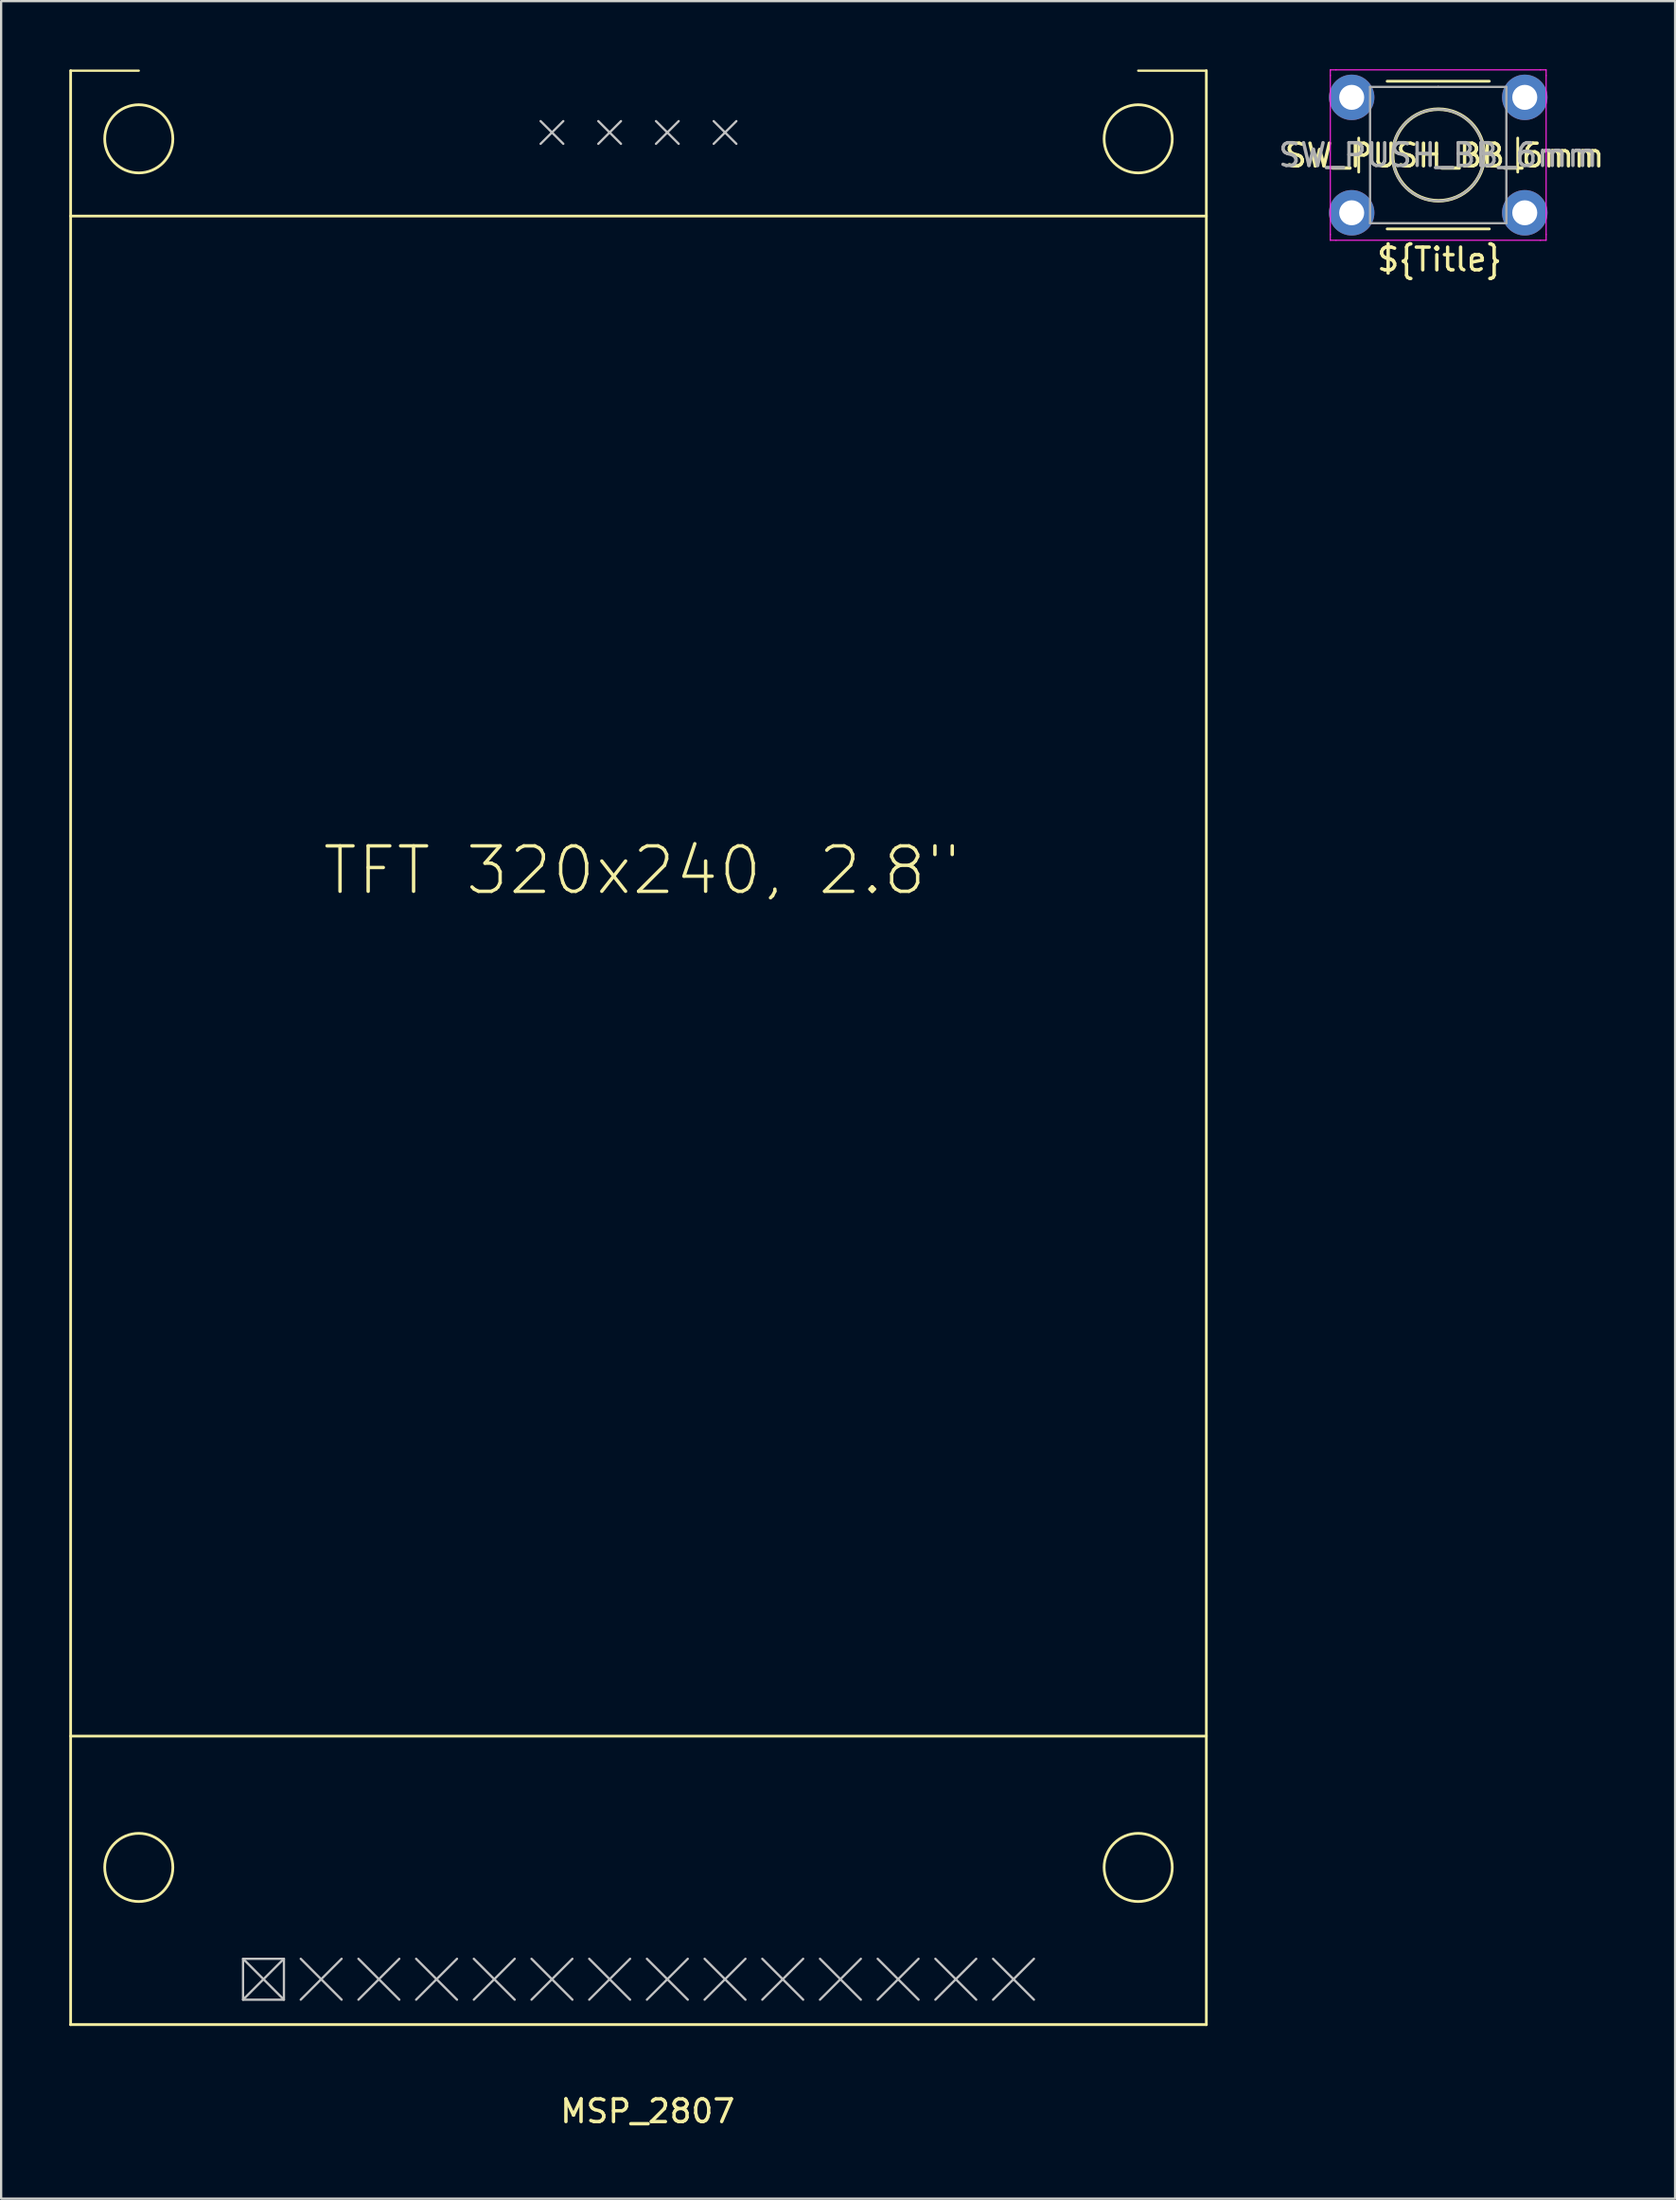
<source format=kicad_pcb>
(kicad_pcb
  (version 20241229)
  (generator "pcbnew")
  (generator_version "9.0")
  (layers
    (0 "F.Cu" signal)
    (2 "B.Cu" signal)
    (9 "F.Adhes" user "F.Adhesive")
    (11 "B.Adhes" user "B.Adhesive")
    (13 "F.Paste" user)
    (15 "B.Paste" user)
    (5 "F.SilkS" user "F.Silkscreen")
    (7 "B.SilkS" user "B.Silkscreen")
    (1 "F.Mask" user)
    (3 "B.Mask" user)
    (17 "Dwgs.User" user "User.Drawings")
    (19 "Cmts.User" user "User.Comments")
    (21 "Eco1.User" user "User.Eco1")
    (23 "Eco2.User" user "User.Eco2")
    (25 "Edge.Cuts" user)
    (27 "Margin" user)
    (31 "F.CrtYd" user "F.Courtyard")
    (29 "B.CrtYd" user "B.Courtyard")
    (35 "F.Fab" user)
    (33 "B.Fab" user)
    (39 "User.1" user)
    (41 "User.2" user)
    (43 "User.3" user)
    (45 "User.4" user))
  (footprint "SW_PUSH_BB_6mm"
    (layer "F.Cu")
    (at 64.079 6.025)
    (property "Reference" "SW_PUSH_BB_6mm" (at -3.53 -2.23 0) (layer "F.SilkS") (effects (font (size 1 1) (thickness 0.15))))
    (attr through_hole)
    (fp_line (start -7.31 -3) (end -7.31 -1.5) (stroke (width 0.12) (type solid)) (layer "F.SilkS"))
    (fp_line (start -6.06 1) (end -1.56 1) (stroke (width 0.12) (type solid)) (layer "F.SilkS"))
    (fp_line (start -1.56 -5.5) (end -6.06 -5.5) (stroke (width 0.12) (type solid)) (layer "F.SilkS"))
    (fp_line (start -0.31 -1.5) (end -0.31 -3) (stroke (width 0.12) (type solid)) (layer "F.SilkS"))
    (fp_circle (center -3.8 -2.254) (end -5.8 -2.004) (stroke (width 0.15) (type solid)) (fill no) (layer "F.SilkS"))
    (fp_line (start -8.56 -6) (end -8.31 -6) (stroke (width 0.05) (type solid)) (layer "F.CrtYd"))
    (fp_line (start -8.56 -5.75) (end -8.56 -6) (stroke (width 0.05) (type solid)) (layer "F.CrtYd"))
    (fp_line (start -8.56 1.25) (end -8.56 -5.75) (stroke (width 0.05) (type solid)) (layer "F.CrtYd"))
    (fp_line (start -8.56 1.25) (end -8.56 1.5) (stroke (width 0.05) (type solid)) (layer "F.CrtYd"))
    (fp_line (start -8.56 1.5) (end -8.31 1.5) (stroke (width 0.05) (type solid)) (layer "F.CrtYd"))
    (fp_line (start -8.31 -6) (end 0.69 -6) (stroke (width 0.05) (type solid)) (layer "F.CrtYd"))
    (fp_line (start 0.69 -6) (end 0.94 -6) (stroke (width 0.05) (type solid)) (layer "F.CrtYd"))
    (fp_line (start 0.69 1.5) (end -8.31 1.5) (stroke (width 0.05) (type solid)) (layer "F.CrtYd"))
    (fp_line (start 0.69 1.5) (end 0.94 1.5) (stroke (width 0.05) (type solid)) (layer "F.CrtYd"))
    (fp_line (start 0.94 -6) (end 0.94 -5.75) (stroke (width 0.05) (type solid)) (layer "F.CrtYd"))
    (fp_line (start 0.94 -5.75) (end 0.94 1.25) (stroke (width 0.05) (type solid)) (layer "F.CrtYd"))
    (fp_line (start 0.94 1.5) (end 0.94 1.25) (stroke (width 0.05) (type solid)) (layer "F.CrtYd"))
    (fp_line (start -6.81 -5.25) (end -3.81 -5.25) (stroke (width 0.1) (type solid)) (layer "F.Fab"))
    (fp_line (start -6.81 0.75) (end -6.81 -5.25) (stroke (width 0.1) (type solid)) (layer "F.Fab"))
    (fp_line (start -3.81 -5.25) (end -0.81 -5.25) (stroke (width 0.1) (type solid)) (layer "F.Fab"))
    (fp_line (start -0.81 -5.25) (end -0.81 0.75) (stroke (width 0.1) (type solid)) (layer "F.Fab"))
    (fp_line (start -0.81 0.75) (end -6.81 0.75) (stroke (width 0.1) (type solid)) (layer "F.Fab"))
    (fp_circle (center -3.81 -2.25) (end -5.81 -2) (stroke (width 0.1) (type solid)) (fill no) (layer "F.Fab"))
    (fp_text user "${Title}" (at -6.59 2.93 0) (unlocked yes) (layer "F.SilkS") (effects (font (size 1 1) (thickness 0.15) (bold yes)) (justify left bottom)))
    (fp_text user "${REFERENCE}" (at -3.81 -2.25 0) (layer "F.Fab") (effects (font (size 1 1) (thickness 0.15))))
    (pad "" thru_hole circle (at -7.62 -4.79 90) (size 2 2) (drill 1.1) (layers "*.Cu" "*.Mask"))
    (pad "" thru_hole circle (at 0 0.29 90) (size 2 2) (drill 1.1) (layers "*.Cu" "*.Mask"))
    (pad "1" thru_hole circle (at 0 -4.79 90) (size 2 2) (drill 1.1) (layers "*.Cu" "*.Mask"))
    (pad "2" thru_hole circle (at -7.62 0.29 90) (size 2 2) (drill 1.1) (layers "*.Cu" "*.Mask")))
  (footprint "MSP_2807"
    (layer "F.Cu")
    (at 25.138 43.06)
    (property "Reference" "MSP_2807" (at 0.322 46.81 0) (layer "F.SilkS") (effects (font (size 1 1) (thickness 0.15))))
    (attr through_hole)
    (fp_line (start -25.078 -43) (end -25.078 43) (stroke (width 0.12) (type solid)) (layer "F.SilkS"))
    (fp_line (start -25.078 -43) (end -22.078 -43) (stroke (width 0.1) (type default)) (layer "F.SilkS"))
    (fp_line (start -25.078 -36.6) (end 24.922 -36.6) (stroke (width 0.12) (type solid)) (layer "F.SilkS"))
    (fp_line (start -25.078 30.3) (end 24.922 30.3) (stroke (width 0.12) (type solid)) (layer "F.SilkS"))
    (fp_line (start -25.078 43) (end 24.922 43) (stroke (width 0.1) (type default)) (layer "F.SilkS"))
    (fp_line (start -25.078 43) (end 24.922 43) (stroke (width 0.12) (type solid)) (layer "F.SilkS"))
    (fp_line (start 24.922 -43) (end 21.922 -43) (stroke (width 0.1) (type default)) (layer "F.SilkS"))
    (fp_line (start 24.922 43) (end 24.922 -43) (stroke (width 0.12) (type solid)) (layer "F.SilkS"))
    (fp_circle (center -22.078 -40) (end -20.578 -40) (stroke (width 0.12) (type solid)) (fill no) (layer "F.SilkS"))
    (fp_circle (center -22.078 36.08) (end -20.578 36.08) (stroke (width 0.12) (type solid)) (fill no) (layer "F.SilkS"))
    (fp_circle (center 21.922 -40) (end 23.422 -40) (stroke (width 0.12) (type solid)) (fill no) (layer "F.SilkS"))
    (fp_circle (center 21.922 36.08) (end 23.422 36.08) (stroke (width 0.12) (type solid)) (fill no) (layer "F.SilkS"))
    (fp_line (start -17.488 40.1) (end -15.688 41.9) (stroke (width 0.1) (type default)) (layer "Dwgs.User"))
    (fp_line (start -17.488 41.9) (end -15.688 40.1) (stroke (width 0.1) (type default)) (layer "Dwgs.User"))
    (fp_line (start -14.948 40.1) (end -13.148 41.9) (stroke (width 0.1) (type default)) (layer "Dwgs.User"))
    (fp_line (start -14.948 41.9) (end -13.148 40.1) (stroke (width 0.1) (type default)) (layer "Dwgs.User"))
    (fp_line (start -12.408 40.1) (end -10.608 41.9) (stroke (width 0.1) (type default)) (layer "Dwgs.User"))
    (fp_line (start -12.408 41.9) (end -10.608 40.1) (stroke (width 0.1) (type default)) (layer "Dwgs.User"))
    (fp_line (start -9.868 40.1) (end -8.068 41.9) (stroke (width 0.1) (type default)) (layer "Dwgs.User"))
    (fp_line (start -9.868 41.9) (end -8.068 40.1) (stroke (width 0.1) (type default)) (layer "Dwgs.User"))
    (fp_line (start -7.328 40.1) (end -5.528 41.9) (stroke (width 0.1) (type default)) (layer "Dwgs.User"))
    (fp_line (start -7.328 41.9) (end -5.528 40.1) (stroke (width 0.1) (type default)) (layer "Dwgs.User"))
    (fp_line (start -4.788 40.1) (end -2.988 41.9) (stroke (width 0.1) (type default)) (layer "Dwgs.User"))
    (fp_line (start -4.788 41.9) (end -2.988 40.1) (stroke (width 0.1) (type default)) (layer "Dwgs.User"))
    (fp_line (start -4.388 -40.78) (end -3.388 -39.78) (stroke (width 0.1) (type default)) (layer "Dwgs.User"))
    (fp_line (start -4.388 -39.78) (end -3.388 -40.78) (stroke (width 0.1) (type default)) (layer "Dwgs.User"))
    (fp_line (start -2.248 40.1) (end -0.448 41.9) (stroke (width 0.1) (type default)) (layer "Dwgs.User"))
    (fp_line (start -2.248 41.9) (end -0.448 40.1) (stroke (width 0.1) (type default)) (layer "Dwgs.User"))
    (fp_line (start -1.848 -40.78) (end -0.848 -39.78) (stroke (width 0.1) (type default)) (layer "Dwgs.User"))
    (fp_line (start -1.848 -39.78) (end -0.848 -40.78) (stroke (width 0.1) (type default)) (layer "Dwgs.User"))
    (fp_line (start 0.292 40.1) (end 2.092 41.9) (stroke (width 0.1) (type default)) (layer "Dwgs.User"))
    (fp_line (start 0.292 41.9) (end 2.092 40.1) (stroke (width 0.1) (type default)) (layer "Dwgs.User"))
    (fp_line (start 0.692 -40.78) (end 1.692 -39.78) (stroke (width 0.1) (type default)) (layer "Dwgs.User"))
    (fp_line (start 0.692 -39.78) (end 1.692 -40.78) (stroke (width 0.1) (type default)) (layer "Dwgs.User"))
    (fp_line (start 2.832 40.1) (end 4.632 41.9) (stroke (width 0.1) (type default)) (layer "Dwgs.User"))
    (fp_line (start 2.832 41.9) (end 4.632 40.1) (stroke (width 0.1) (type default)) (layer "Dwgs.User"))
    (fp_line (start 3.232 -40.78) (end 4.232 -39.78) (stroke (width 0.1) (type default)) (layer "Dwgs.User"))
    (fp_line (start 3.232 -39.78) (end 4.232 -40.78) (stroke (width 0.1) (type default)) (layer "Dwgs.User"))
    (fp_line (start 5.372 40.1) (end 7.172 41.9) (stroke (width 0.1) (type default)) (layer "Dwgs.User"))
    (fp_line (start 5.372 41.9) (end 7.172 40.1) (stroke (width 0.1) (type default)) (layer "Dwgs.User"))
    (fp_line (start 7.912 40.1) (end 9.712 41.9) (stroke (width 0.1) (type default)) (layer "Dwgs.User"))
    (fp_line (start 7.912 41.9) (end 9.712 40.1) (stroke (width 0.1) (type default)) (layer "Dwgs.User"))
    (fp_line (start 10.452 40.1) (end 12.252 41.9) (stroke (width 0.1) (type default)) (layer "Dwgs.User"))
    (fp_line (start 10.452 41.9) (end 12.252 40.1) (stroke (width 0.1) (type default)) (layer "Dwgs.User"))
    (fp_line (start 12.992 40.1) (end 14.792 41.9) (stroke (width 0.1) (type default)) (layer "Dwgs.User"))
    (fp_line (start 12.992 41.9) (end 14.792 40.1) (stroke (width 0.1) (type default)) (layer "Dwgs.User"))
    (fp_line (start 15.532 40.1) (end 17.332 41.9) (stroke (width 0.1) (type default)) (layer "Dwgs.User"))
    (fp_line (start 15.532 41.9) (end 17.332 40.1) (stroke (width 0.1) (type default)) (layer "Dwgs.User"))
    (fp_rect (start -17.488 40.1) (end -15.688 41.9) (stroke (width 0.1) (type solid)) (fill no) (layer "Dwgs.User"))
    (fp_text user "TFT 320x240, 2.8\"" (at 0.068 -7.8 0) (layer "F.SilkS") (effects (font (size 2 2) (thickness 0.15)))))
  (gr_rect
    (start -3 -3)
    (end 70.698 93.718)
    (stroke (width 0.1) (type default))
    (fill no)
    (layer "Edge.Cuts")))
</source>
